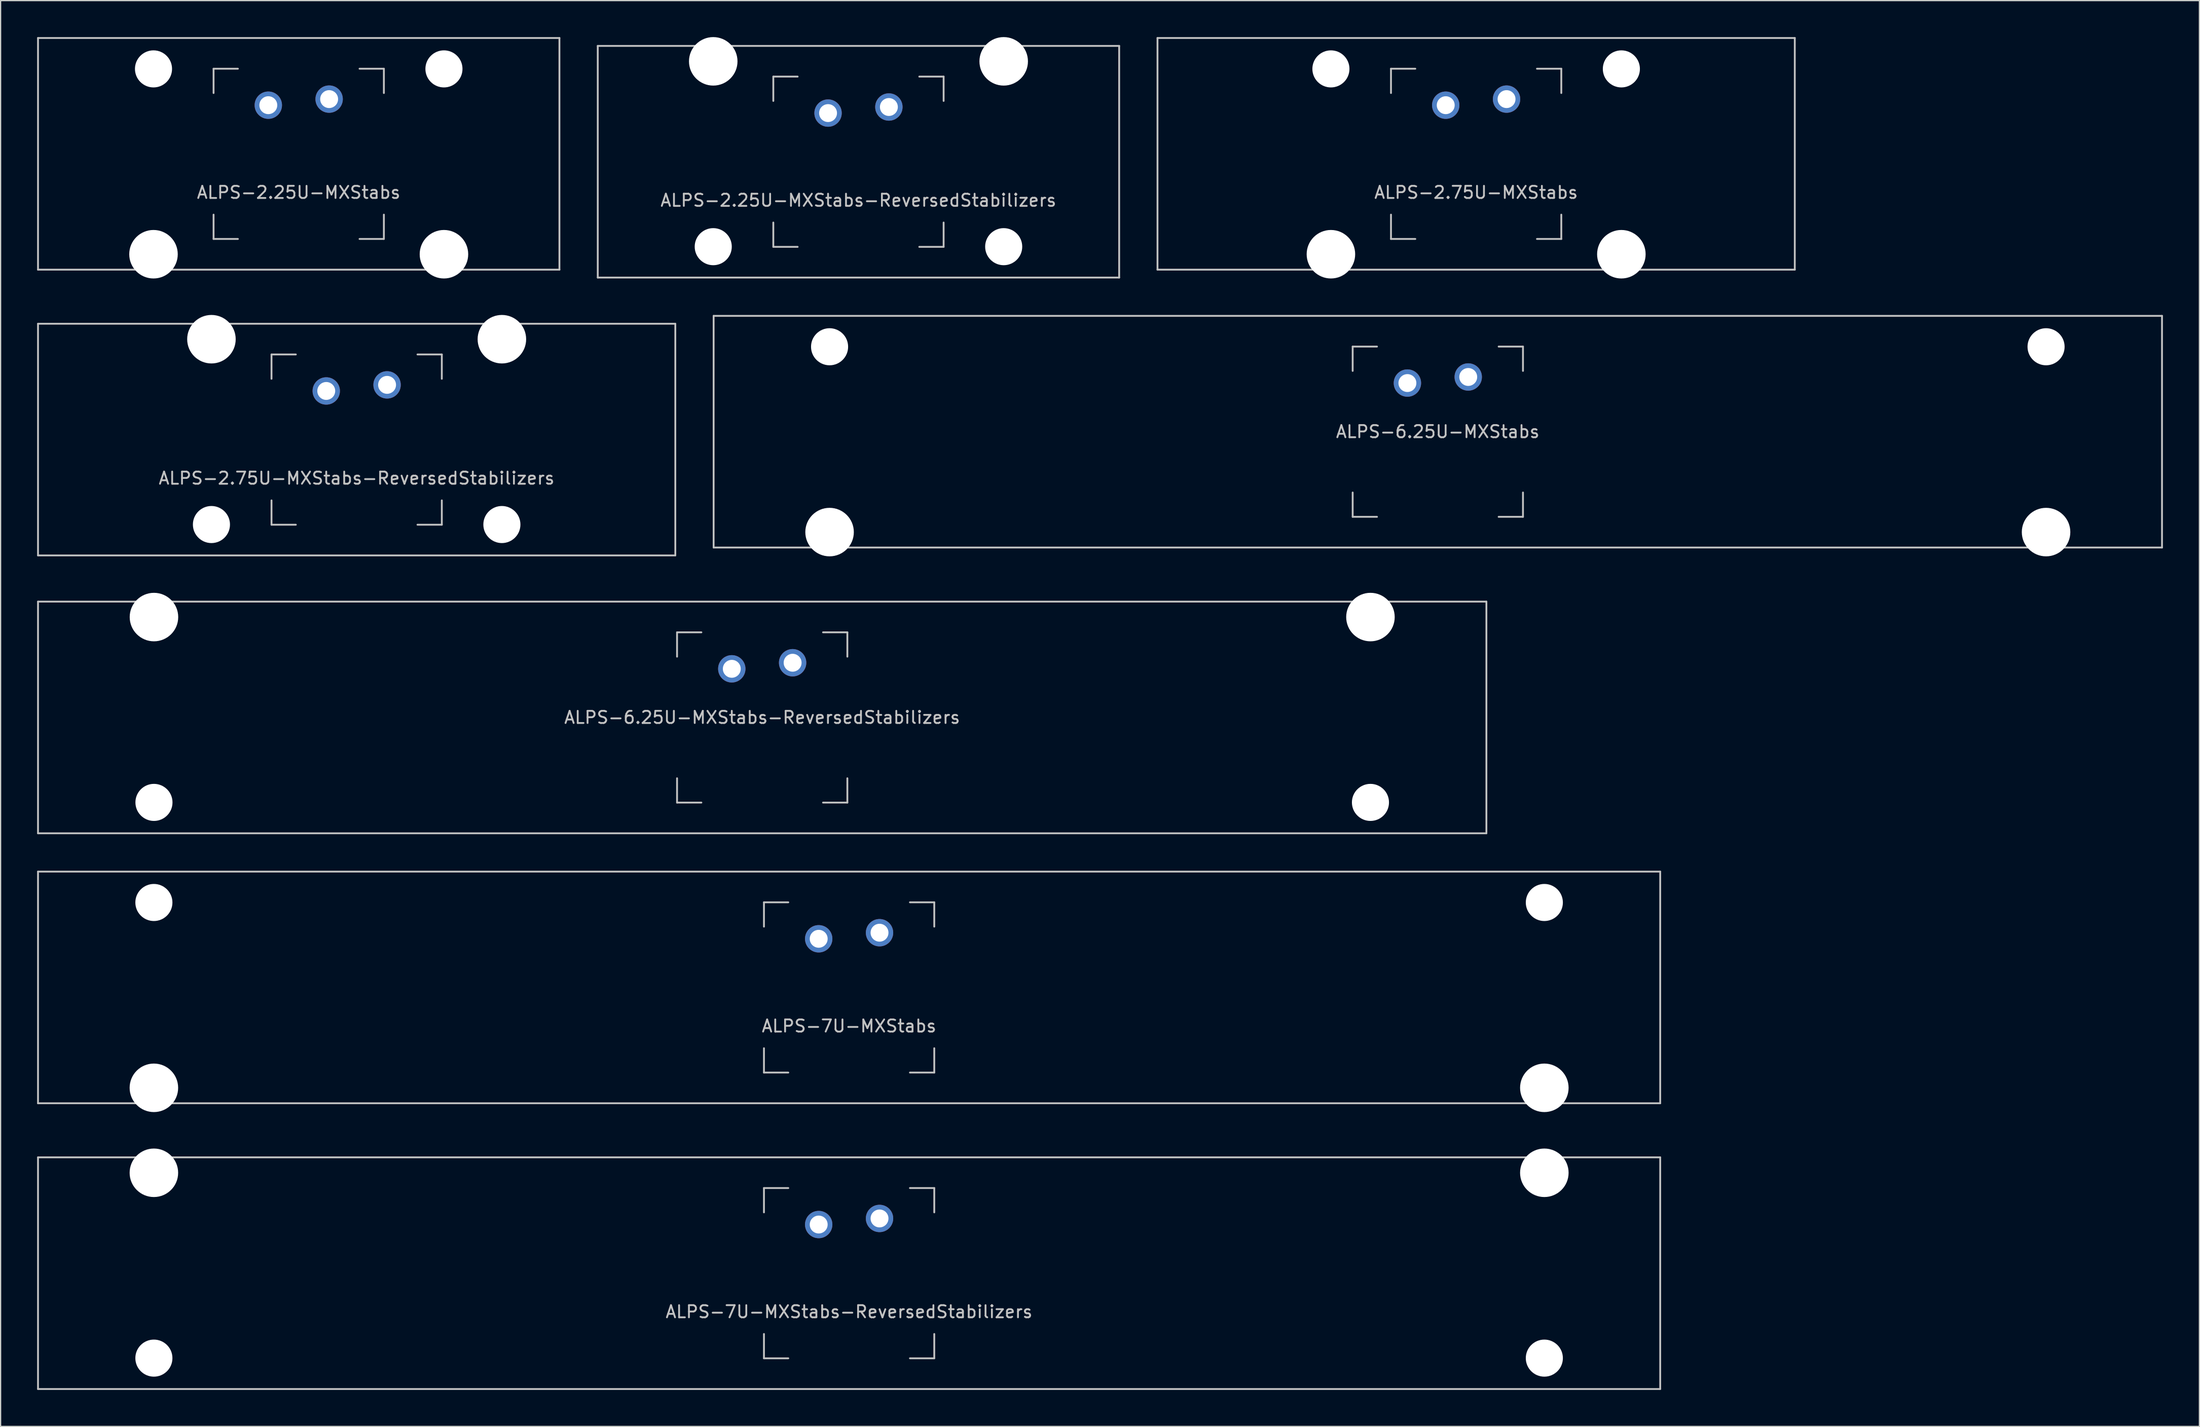
<source format=kicad_pcb>
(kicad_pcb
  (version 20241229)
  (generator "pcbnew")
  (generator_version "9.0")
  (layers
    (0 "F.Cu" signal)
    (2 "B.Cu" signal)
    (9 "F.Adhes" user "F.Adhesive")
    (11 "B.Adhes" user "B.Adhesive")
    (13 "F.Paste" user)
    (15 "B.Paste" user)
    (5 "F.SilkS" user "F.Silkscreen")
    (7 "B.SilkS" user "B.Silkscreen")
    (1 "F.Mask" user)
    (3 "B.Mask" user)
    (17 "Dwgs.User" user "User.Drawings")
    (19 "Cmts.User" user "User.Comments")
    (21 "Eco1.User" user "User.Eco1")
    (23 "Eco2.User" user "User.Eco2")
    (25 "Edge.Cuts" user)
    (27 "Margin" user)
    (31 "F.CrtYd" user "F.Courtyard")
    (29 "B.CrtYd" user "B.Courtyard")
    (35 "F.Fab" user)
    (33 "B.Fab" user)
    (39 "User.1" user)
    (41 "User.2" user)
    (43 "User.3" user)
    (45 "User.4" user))
  (footprint "ALPS-6.25U-MXStabs"
    (layer "F.Cu")
    (at 115.144 32.449)
    (property "Reference" "ALPS-6.25U-MXStabs" (at 0 0 0) (layer "Dwgs.User") (effects (font (size 1 1) (thickness 0.15))))
    (attr through_hole)
    (fp_line (start -59.531 -9.525) (end 59.531 -9.525) (stroke (width 0.15) (type solid)) (layer "Dwgs.User"))
    (fp_line (start -59.531 9.525) (end -59.531 -9.525) (stroke (width 0.15) (type solid)) (layer "Dwgs.User"))
    (fp_line (start -59.531 9.525) (end 59.531 9.525) (stroke (width 0.15) (type solid)) (layer "Dwgs.User"))
    (fp_line (start -7 -7) (end -7 -5) (stroke (width 0.15) (type solid)) (layer "Dwgs.User"))
    (fp_line (start -7 5) (end -7 7) (stroke (width 0.15) (type solid)) (layer "Dwgs.User"))
    (fp_line (start -7 7) (end -5 7) (stroke (width 0.15) (type solid)) (layer "Dwgs.User"))
    (fp_line (start -5 -7) (end -7 -7) (stroke (width 0.15) (type solid)) (layer "Dwgs.User"))
    (fp_line (start 5 -7) (end 7 -7) (stroke (width 0.15) (type solid)) (layer "Dwgs.User"))
    (fp_line (start 5 7) (end 7 7) (stroke (width 0.15) (type solid)) (layer "Dwgs.User"))
    (fp_line (start 7 -7) (end 7 -5) (stroke (width 0.15) (type solid)) (layer "Dwgs.User"))
    (fp_line (start 7 7) (end 7 5) (stroke (width 0.15) (type solid)) (layer "Dwgs.User"))
    (fp_line (start 59.531 -9.525) (end 59.531 9.525) (stroke (width 0.15) (type solid)) (layer "Dwgs.User"))
    (pad "" np_thru_hole circle (at -50 -6.985) (size 3.048 3.048) (drill 3.048) (layers "*.Cu" "*.Mask"))
    (pad "" np_thru_hole circle (at -50 8.255) (size 3.988 3.988) (drill 3.988) (layers "*.Cu" "*.Mask"))
    (pad "" np_thru_hole circle (at 50 -6.985) (size 3.048 3.048) (drill 3.048) (layers "*.Cu" "*.Mask"))
    (pad "" np_thru_hole circle (at 50 8.255) (size 3.988 3.988) (drill 3.988) (layers "*.Cu" "*.Mask"))
    (pad "1" thru_hole circle (at -2.5 -4) (size 2.25 2.25) (drill 1.47) (layers "*.Cu" "B.Mask"))
    (pad "2" thru_hole circle (at 2.5 -4.5) (size 2.25 2.25) (drill 1.47) (layers "*.Cu" "B.Mask")))
  (footprint "ALPS-7U-MXStabs"
    (layer "F.Cu")
    (at 66.75 78.147)
    (property "Reference" "ALPS-7U-MXStabs" (at 0 3.175 0) (layer "Dwgs.User") (effects (font (size 1 1) (thickness 0.15))))
    (attr through_hole)
    (fp_line (start -66.675 -9.525) (end 66.675 -9.525) (stroke (width 0.15) (type solid)) (layer "Dwgs.User"))
    (fp_line (start -66.675 9.525) (end -66.675 -9.525) (stroke (width 0.15) (type solid)) (layer "Dwgs.User"))
    (fp_line (start -66.675 9.525) (end 66.675 9.525) (stroke (width 0.15) (type solid)) (layer "Dwgs.User"))
    (fp_line (start -7 -7) (end -7 -5) (stroke (width 0.15) (type solid)) (layer "Dwgs.User"))
    (fp_line (start -7 5) (end -7 7) (stroke (width 0.15) (type solid)) (layer "Dwgs.User"))
    (fp_line (start -7 7) (end -5 7) (stroke (width 0.15) (type solid)) (layer "Dwgs.User"))
    (fp_line (start -5 -7) (end -7 -7) (stroke (width 0.15) (type solid)) (layer "Dwgs.User"))
    (fp_line (start 5 -7) (end 7 -7) (stroke (width 0.15) (type solid)) (layer "Dwgs.User"))
    (fp_line (start 5 7) (end 7 7) (stroke (width 0.15) (type solid)) (layer "Dwgs.User"))
    (fp_line (start 7 -7) (end 7 -5) (stroke (width 0.15) (type solid)) (layer "Dwgs.User"))
    (fp_line (start 7 7) (end 7 5) (stroke (width 0.15) (type solid)) (layer "Dwgs.User"))
    (fp_line (start 66.675 -9.525) (end 66.675 9.525) (stroke (width 0.15) (type solid)) (layer "Dwgs.User"))
    (pad "" np_thru_hole circle (at -57.15 -6.985) (size 3.048 3.048) (drill 3.048) (layers "*.Cu" "*.Mask"))
    (pad "" np_thru_hole circle (at -57.15 8.255) (size 3.988 3.988) (drill 3.988) (layers "*.Cu" "*.Mask"))
    (pad "" np_thru_hole circle (at 57.15 -6.985) (size 3.048 3.048) (drill 3.048) (layers "*.Cu" "*.Mask"))
    (pad "" np_thru_hole circle (at 57.15 8.255) (size 3.988 3.988) (drill 3.988) (layers "*.Cu" "*.Mask"))
    (pad "1" thru_hole circle (at -2.5 -4) (size 2.25 2.25) (drill 1.47) (layers "*.Cu" "B.Mask"))
    (pad "2" thru_hole oval (at 2.5 -4.5 86.055) (size 2.25 2.25) (drill 1.47) (layers "*.Cu" "B.Mask")))
  (footprint "ALPS-2.75U-MXStabs-ReversedStabilizers"
    (layer "F.Cu")
    (at 26.269 33.098)
    (property "Reference" "ALPS-2.75U-MXStabs-ReversedStabilizers" (at 0 3.175 0) (layer "Dwgs.User") (effects (font (size 1 1) (thickness 0.15))))
    (attr through_hole)
    (fp_line (start -26.194 -9.525) (end 26.194 -9.525) (stroke (width 0.15) (type solid)) (layer "Dwgs.User"))
    (fp_line (start -26.194 9.525) (end -26.194 -9.525) (stroke (width 0.15) (type solid)) (layer "Dwgs.User"))
    (fp_line (start -26.194 9.525) (end 26.194 9.525) (stroke (width 0.15) (type solid)) (layer "Dwgs.User"))
    (fp_line (start -7 -7) (end -7 -5) (stroke (width 0.15) (type solid)) (layer "Dwgs.User"))
    (fp_line (start -7 5) (end -7 7) (stroke (width 0.15) (type solid)) (layer "Dwgs.User"))
    (fp_line (start -7 7) (end -5 7) (stroke (width 0.15) (type solid)) (layer "Dwgs.User"))
    (fp_line (start -5 -7) (end -7 -7) (stroke (width 0.15) (type solid)) (layer "Dwgs.User"))
    (fp_line (start 5 -7) (end 7 -7) (stroke (width 0.15) (type solid)) (layer "Dwgs.User"))
    (fp_line (start 5 7) (end 7 7) (stroke (width 0.15) (type solid)) (layer "Dwgs.User"))
    (fp_line (start 7 -7) (end 7 -5) (stroke (width 0.15) (type solid)) (layer "Dwgs.User"))
    (fp_line (start 7 7) (end 7 5) (stroke (width 0.15) (type solid)) (layer "Dwgs.User"))
    (fp_line (start 26.194 -9.525) (end 26.194 9.525) (stroke (width 0.15) (type solid)) (layer "Dwgs.User"))
    (pad "" np_thru_hole circle (at -11.938 -8.255 180) (size 3.988 3.988) (drill 3.988) (layers "*.Cu" "*.Mask"))
    (pad "" np_thru_hole circle (at -11.938 6.985 180) (size 3.048 3.048) (drill 3.048) (layers "*.Cu" "*.Mask"))
    (pad "" np_thru_hole circle (at 11.938 -8.255 180) (size 3.988 3.988) (drill 3.988) (layers "*.Cu" "*.Mask"))
    (pad "" np_thru_hole circle (at 11.938 6.985 180) (size 3.048 3.048) (drill 3.048) (layers "*.Cu" "*.Mask"))
    (pad "1" thru_hole circle (at -2.5 -4) (size 2.25 2.25) (drill 1.47) (layers "*.Cu" "B.Mask"))
    (pad "2" thru_hole circle (at 2.5 -4.5) (size 2.25 2.25) (drill 1.47) (layers "*.Cu" "B.Mask")))
  (footprint "ALPS-7U-MXStabs-ReversedStabilizers"
    (layer "F.Cu")
    (at 66.75 101.644)
    (property "Reference" "ALPS-7U-MXStabs-ReversedStabilizers" (at 0 3.175 0) (layer "Dwgs.User") (effects (font (size 1 1) (thickness 0.15))))
    (attr through_hole)
    (fp_line (start -66.675 -9.525) (end 66.675 -9.525) (stroke (width 0.15) (type solid)) (layer "Dwgs.User"))
    (fp_line (start -66.675 9.525) (end -66.675 -9.525) (stroke (width 0.15) (type solid)) (layer "Dwgs.User"))
    (fp_line (start -66.675 9.525) (end 66.675 9.525) (stroke (width 0.15) (type solid)) (layer "Dwgs.User"))
    (fp_line (start -7 -7) (end -7 -5) (stroke (width 0.15) (type solid)) (layer "Dwgs.User"))
    (fp_line (start -7 5) (end -7 7) (stroke (width 0.15) (type solid)) (layer "Dwgs.User"))
    (fp_line (start -7 7) (end -5 7) (stroke (width 0.15) (type solid)) (layer "Dwgs.User"))
    (fp_line (start -5 -7) (end -7 -7) (stroke (width 0.15) (type solid)) (layer "Dwgs.User"))
    (fp_line (start 5 -7) (end 7 -7) (stroke (width 0.15) (type solid)) (layer "Dwgs.User"))
    (fp_line (start 5 7) (end 7 7) (stroke (width 0.15) (type solid)) (layer "Dwgs.User"))
    (fp_line (start 7 -7) (end 7 -5) (stroke (width 0.15) (type solid)) (layer "Dwgs.User"))
    (fp_line (start 7 7) (end 7 5) (stroke (width 0.15) (type solid)) (layer "Dwgs.User"))
    (fp_line (start 66.675 -9.525) (end 66.675 9.525) (stroke (width 0.15) (type solid)) (layer "Dwgs.User"))
    (pad "" np_thru_hole circle (at -57.15 -8.255 180) (size 3.988 3.988) (drill 3.988) (layers "*.Cu" "*.Mask"))
    (pad "" np_thru_hole circle (at -57.15 6.985 180) (size 3.048 3.048) (drill 3.048) (layers "*.Cu" "*.Mask"))
    (pad "" np_thru_hole circle (at 57.15 -8.255 180) (size 3.988 3.988) (drill 3.988) (layers "*.Cu" "*.Mask"))
    (pad "" np_thru_hole circle (at 57.15 6.985 180) (size 3.048 3.048) (drill 3.048) (layers "*.Cu" "*.Mask"))
    (pad "1" thru_hole circle (at -2.5 -4) (size 2.25 2.25) (drill 1.47) (layers "*.Cu" "B.Mask"))
    (pad "2" thru_hole oval (at 2.5 -4.5 86.055) (size 2.25 2.25) (drill 1.47) (layers "*.Cu" "B.Mask")))
  (footprint "ALPS-2.25U-MXStabs-ReversedStabilizers"
    (layer "F.Cu")
    (at 67.519 10.249)
    (property "Reference" "ALPS-2.25U-MXStabs-ReversedStabilizers" (at 0 3.175 0) (layer "Dwgs.User") (effects (font (size 1 1) (thickness 0.15))))
    (attr through_hole)
    (fp_line (start -21.431 -9.525) (end 21.431 -9.525) (stroke (width 0.15) (type solid)) (layer "Dwgs.User"))
    (fp_line (start -21.431 9.525) (end -21.431 -9.525) (stroke (width 0.15) (type solid)) (layer "Dwgs.User"))
    (fp_line (start -21.431 9.525) (end 21.431 9.525) (stroke (width 0.15) (type solid)) (layer "Dwgs.User"))
    (fp_line (start -7 -7) (end -7 -5) (stroke (width 0.15) (type solid)) (layer "Dwgs.User"))
    (fp_line (start -7 5) (end -7 7) (stroke (width 0.15) (type solid)) (layer "Dwgs.User"))
    (fp_line (start -7 7) (end -5 7) (stroke (width 0.15) (type solid)) (layer "Dwgs.User"))
    (fp_line (start -5 -7) (end -7 -7) (stroke (width 0.15) (type solid)) (layer "Dwgs.User"))
    (fp_line (start 5 -7) (end 7 -7) (stroke (width 0.15) (type solid)) (layer "Dwgs.User"))
    (fp_line (start 5 7) (end 7 7) (stroke (width 0.15) (type solid)) (layer "Dwgs.User"))
    (fp_line (start 7 -7) (end 7 -5) (stroke (width 0.15) (type solid)) (layer "Dwgs.User"))
    (fp_line (start 7 7) (end 7 5) (stroke (width 0.15) (type solid)) (layer "Dwgs.User"))
    (fp_line (start 21.431 -9.525) (end 21.431 9.525) (stroke (width 0.15) (type solid)) (layer "Dwgs.User"))
    (pad "" np_thru_hole circle (at -11.938 -8.255 180) (size 3.988 3.988) (drill 3.988) (layers "*.Cu" "*.Mask"))
    (pad "" np_thru_hole circle (at -11.938 6.985 180) (size 3.048 3.048) (drill 3.048) (layers "*.Cu" "*.Mask"))
    (pad "" np_thru_hole circle (at 11.938 -8.255 180) (size 3.988 3.988) (drill 3.988) (layers "*.Cu" "*.Mask"))
    (pad "" np_thru_hole circle (at 11.938 6.985 180) (size 3.048 3.048) (drill 3.048) (layers "*.Cu" "*.Mask"))
    (pad "1" thru_hole circle (at -2.5 -4) (size 2.25 2.25) (drill 1.47) (layers "*.Cu" "B.Mask"))
    (pad "2" thru_hole circle (at 2.5 -4.5) (size 2.25 2.25) (drill 1.47) (layers "*.Cu" "B.Mask")))
  (footprint "ALPS-6.25U-MXStabs-ReversedStabilizers"
    (layer "F.Cu")
    (at 59.606 55.947)
    (property "Reference" "ALPS-6.25U-MXStabs-ReversedStabilizers" (at 0 0 0) (layer "Dwgs.User") (effects (font (size 1 1) (thickness 0.15))))
    (attr through_hole)
    (fp_line (start -59.531 -9.525) (end 59.531 -9.525) (stroke (width 0.15) (type solid)) (layer "Dwgs.User"))
    (fp_line (start -59.531 9.525) (end -59.531 -9.525) (stroke (width 0.15) (type solid)) (layer "Dwgs.User"))
    (fp_line (start -59.531 9.525) (end 59.531 9.525) (stroke (width 0.15) (type solid)) (layer "Dwgs.User"))
    (fp_line (start -7 -7) (end -7 -5) (stroke (width 0.15) (type solid)) (layer "Dwgs.User"))
    (fp_line (start -7 5) (end -7 7) (stroke (width 0.15) (type solid)) (layer "Dwgs.User"))
    (fp_line (start -7 7) (end -5 7) (stroke (width 0.15) (type solid)) (layer "Dwgs.User"))
    (fp_line (start -5 -7) (end -7 -7) (stroke (width 0.15) (type solid)) (layer "Dwgs.User"))
    (fp_line (start 5 -7) (end 7 -7) (stroke (width 0.15) (type solid)) (layer "Dwgs.User"))
    (fp_line (start 5 7) (end 7 7) (stroke (width 0.15) (type solid)) (layer "Dwgs.User"))
    (fp_line (start 7 -7) (end 7 -5) (stroke (width 0.15) (type solid)) (layer "Dwgs.User"))
    (fp_line (start 7 7) (end 7 5) (stroke (width 0.15) (type solid)) (layer "Dwgs.User"))
    (fp_line (start 59.531 -9.525) (end 59.531 9.525) (stroke (width 0.15) (type solid)) (layer "Dwgs.User"))
    (pad "" np_thru_hole circle (at -50 -8.255 180) (size 3.988 3.988) (drill 3.988) (layers "*.Cu" "*.Mask"))
    (pad "" np_thru_hole circle (at -50 6.985 180) (size 3.048 3.048) (drill 3.048) (layers "*.Cu" "*.Mask"))
    (pad "" np_thru_hole circle (at 50 -8.255 180) (size 3.988 3.988) (drill 3.988) (layers "*.Cu" "*.Mask"))
    (pad "" np_thru_hole circle (at 50 6.985 180) (size 3.048 3.048) (drill 3.048) (layers "*.Cu" "*.Mask"))
    (pad "1" thru_hole circle (at -2.5 -4) (size 2.25 2.25) (drill 1.47) (layers "*.Cu" "B.Mask"))
    (pad "2" thru_hole circle (at 2.5 -4.5) (size 2.25 2.25) (drill 1.47) (layers "*.Cu" "B.Mask")))
  (footprint "ALPS-2.25U-MXStabs"
    (layer "F.Cu")
    (at 21.506 9.6)
    (property "Reference" "ALPS-2.25U-MXStabs" (at 0 3.175 0) (layer "Dwgs.User") (effects (font (size 1 1) (thickness 0.15))))
    (attr through_hole)
    (fp_line (start -21.431 -9.525) (end 21.431 -9.525) (stroke (width 0.15) (type solid)) (layer "Dwgs.User"))
    (fp_line (start -21.431 9.525) (end -21.431 -9.525) (stroke (width 0.15) (type solid)) (layer "Dwgs.User"))
    (fp_line (start -21.431 9.525) (end 21.431 9.525) (stroke (width 0.15) (type solid)) (layer "Dwgs.User"))
    (fp_line (start -7 -7) (end -7 -5) (stroke (width 0.15) (type solid)) (layer "Dwgs.User"))
    (fp_line (start -7 5) (end -7 7) (stroke (width 0.15) (type solid)) (layer "Dwgs.User"))
    (fp_line (start -7 7) (end -5 7) (stroke (width 0.15) (type solid)) (layer "Dwgs.User"))
    (fp_line (start -5 -7) (end -7 -7) (stroke (width 0.15) (type solid)) (layer "Dwgs.User"))
    (fp_line (start 5 -7) (end 7 -7) (stroke (width 0.15) (type solid)) (layer "Dwgs.User"))
    (fp_line (start 5 7) (end 7 7) (stroke (width 0.15) (type solid)) (layer "Dwgs.User"))
    (fp_line (start 7 -7) (end 7 -5) (stroke (width 0.15) (type solid)) (layer "Dwgs.User"))
    (fp_line (start 7 7) (end 7 5) (stroke (width 0.15) (type solid)) (layer "Dwgs.User"))
    (fp_line (start 21.431 -9.525) (end 21.431 9.525) (stroke (width 0.15) (type solid)) (layer "Dwgs.User"))
    (pad "" np_thru_hole circle (at -11.938 -6.985) (size 3.048 3.048) (drill 3.048) (layers "*.Cu" "*.Mask"))
    (pad "" np_thru_hole circle (at -11.938 8.255) (size 3.988 3.988) (drill 3.988) (layers "*.Cu" "*.Mask"))
    (pad "" np_thru_hole circle (at 11.938 -6.985) (size 3.048 3.048) (drill 3.048) (layers "*.Cu" "*.Mask"))
    (pad "" np_thru_hole circle (at 11.938 8.255) (size 3.988 3.988) (drill 3.988) (layers "*.Cu" "*.Mask"))
    (pad "1" thru_hole circle (at -2.5 -4) (size 2.25 2.25) (drill 1.47) (layers "*.Cu" "B.Mask"))
    (pad "2" thru_hole circle (at 2.5 -4.5) (size 2.25 2.25) (drill 1.47) (layers "*.Cu" "B.Mask")))
  (footprint "ALPS-2.75U-MXStabs"
    (layer "F.Cu")
    (at 118.294 9.6)
    (property "Reference" "ALPS-2.75U-MXStabs" (at 0 3.175 0) (layer "Dwgs.User") (effects (font (size 1 1) (thickness 0.15))))
    (attr through_hole)
    (fp_line (start -26.194 -9.525) (end 26.194 -9.525) (stroke (width 0.15) (type solid)) (layer "Dwgs.User"))
    (fp_line (start -26.194 9.525) (end -26.194 -9.525) (stroke (width 0.15) (type solid)) (layer "Dwgs.User"))
    (fp_line (start -26.194 9.525) (end 26.194 9.525) (stroke (width 0.15) (type solid)) (layer "Dwgs.User"))
    (fp_line (start -7 -7) (end -7 -5) (stroke (width 0.15) (type solid)) (layer "Dwgs.User"))
    (fp_line (start -7 5) (end -7 7) (stroke (width 0.15) (type solid)) (layer "Dwgs.User"))
    (fp_line (start -7 7) (end -5 7) (stroke (width 0.15) (type solid)) (layer "Dwgs.User"))
    (fp_line (start -5 -7) (end -7 -7) (stroke (width 0.15) (type solid)) (layer "Dwgs.User"))
    (fp_line (start 5 -7) (end 7 -7) (stroke (width 0.15) (type solid)) (layer "Dwgs.User"))
    (fp_line (start 5 7) (end 7 7) (stroke (width 0.15) (type solid)) (layer "Dwgs.User"))
    (fp_line (start 7 -7) (end 7 -5) (stroke (width 0.15) (type solid)) (layer "Dwgs.User"))
    (fp_line (start 7 7) (end 7 5) (stroke (width 0.15) (type solid)) (layer "Dwgs.User"))
    (fp_line (start 26.194 -9.525) (end 26.194 9.525) (stroke (width 0.15) (type solid)) (layer "Dwgs.User"))
    (pad "" np_thru_hole circle (at -11.938 -6.985) (size 3.048 3.048) (drill 3.048) (layers "*.Cu" "*.Mask"))
    (pad "" np_thru_hole circle (at -11.938 8.255) (size 3.988 3.988) (drill 3.988) (layers "*.Cu" "*.Mask"))
    (pad "" np_thru_hole circle (at 11.938 -6.985) (size 3.048 3.048) (drill 3.048) (layers "*.Cu" "*.Mask"))
    (pad "" np_thru_hole circle (at 11.938 8.255) (size 3.988 3.988) (drill 3.988) (layers "*.Cu" "*.Mask"))
    (pad "1" thru_hole circle (at -2.5 -4) (size 2.25 2.25) (drill 1.47) (layers "*.Cu" "B.Mask"))
    (pad "2" thru_hole circle (at 2.5 -4.5) (size 2.25 2.25) (drill 1.47) (layers "*.Cu" "B.Mask")))
  (gr_rect
    (start -3 -3)
    (end 177.75 114.245)
    (stroke (width 0.1) (type default))
    (fill no)
    (layer "Edge.Cuts")))
</source>
